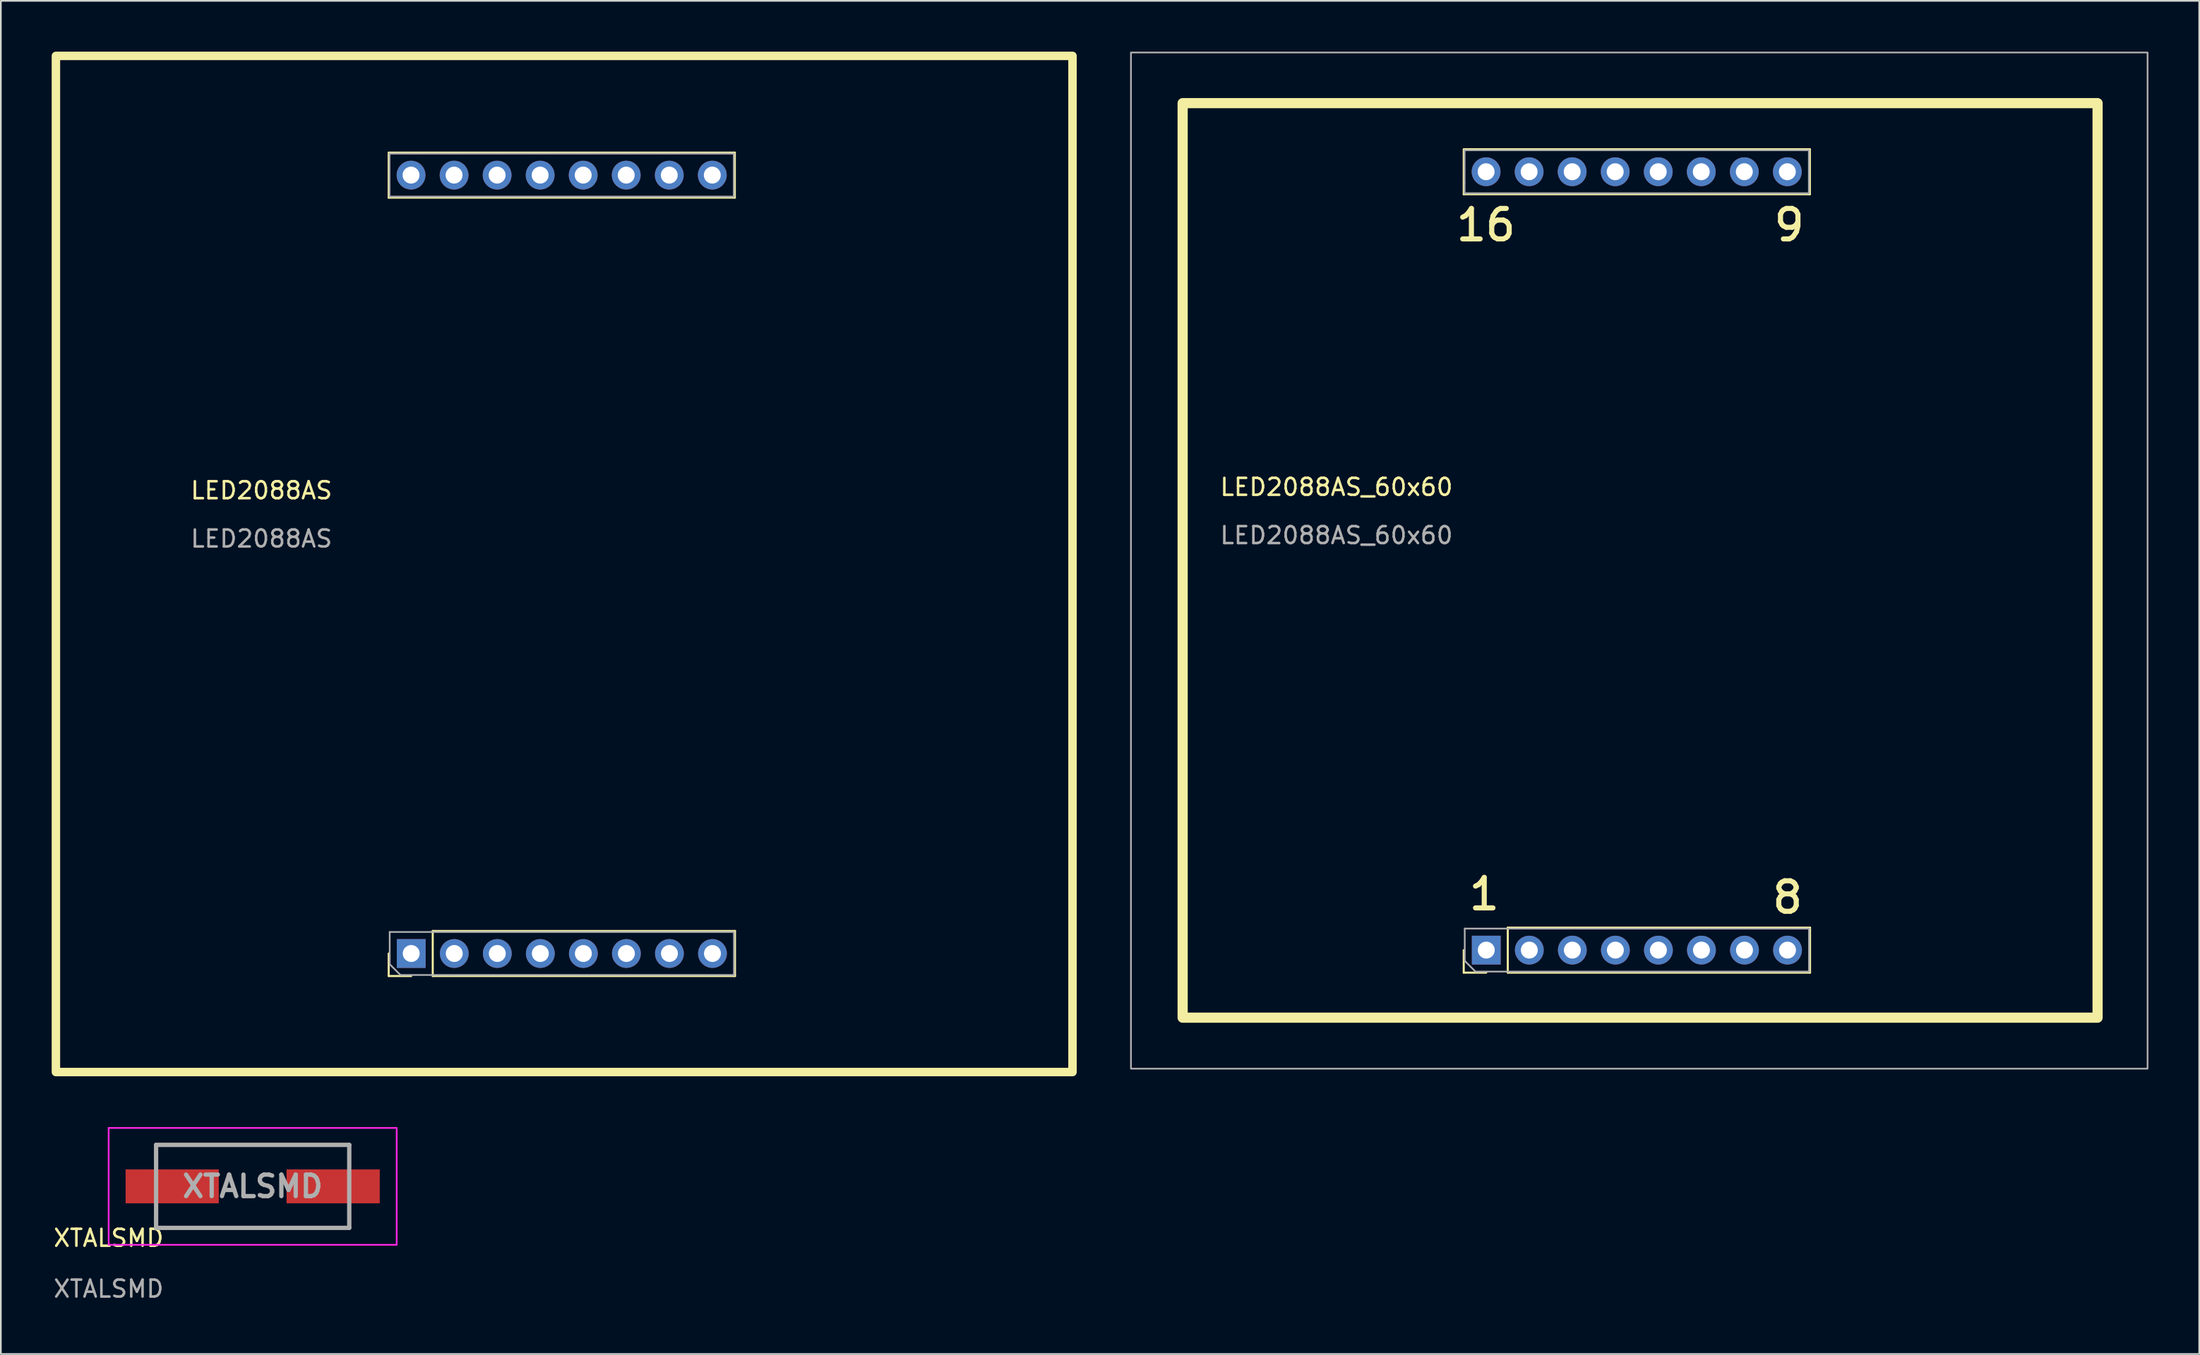
<source format=kicad_pcb>
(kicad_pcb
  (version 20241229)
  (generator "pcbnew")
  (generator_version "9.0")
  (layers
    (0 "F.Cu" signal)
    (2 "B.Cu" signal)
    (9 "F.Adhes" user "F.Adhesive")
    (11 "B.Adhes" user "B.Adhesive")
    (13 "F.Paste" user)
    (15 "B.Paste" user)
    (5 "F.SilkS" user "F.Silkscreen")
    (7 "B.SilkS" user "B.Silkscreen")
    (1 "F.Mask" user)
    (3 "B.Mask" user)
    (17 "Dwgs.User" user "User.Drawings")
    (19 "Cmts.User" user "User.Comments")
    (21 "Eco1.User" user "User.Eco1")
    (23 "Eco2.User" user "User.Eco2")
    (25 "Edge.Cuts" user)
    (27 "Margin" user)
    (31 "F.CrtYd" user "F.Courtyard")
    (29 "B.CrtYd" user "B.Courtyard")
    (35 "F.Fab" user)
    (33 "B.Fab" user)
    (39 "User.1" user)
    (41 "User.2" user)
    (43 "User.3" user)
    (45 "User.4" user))
  (footprint "LED2088AS"
    (layer "F.Cu")
    (at 0.3 60.24)
    (property "Reference" "LED2088AS" (at 12.08 -34.33 0) (unlocked yes) (layer "F.SilkS") (effects (font (size 1 1) (thickness 0.15))))
    (attr through_hole)
    (fp_line (start 19.59 -51.62) (end 19.59 -54.28) (stroke (width 0.12) (type solid)) (layer "F.SilkS"))
    (fp_line (start 19.59 -51.62) (end 40.02 -51.62) (stroke (width 0.12) (type solid)) (layer "F.SilkS"))
    (fp_line (start 19.59 -5.66) (end 19.59 -6.99) (stroke (width 0.12) (type solid)) (layer "F.SilkS"))
    (fp_line (start 19.62 -54.28) (end 40.02 -54.28) (stroke (width 0.12) (type solid)) (layer "F.SilkS"))
    (fp_line (start 20.92 -5.66) (end 19.59 -5.66) (stroke (width 0.12) (type solid)) (layer "F.SilkS"))
    (fp_line (start 22.19 -8.32) (end 40.03 -8.32) (stroke (width 0.12) (type solid)) (layer "F.SilkS"))
    (fp_line (start 22.19 -5.66) (end 22.19 -8.32) (stroke (width 0.12) (type solid)) (layer "F.SilkS"))
    (fp_line (start 22.19 -5.66) (end 40.03 -5.66) (stroke (width 0.12) (type solid)) (layer "F.SilkS"))
    (fp_line (start 40.02 -51.62) (end 40.02 -54.28) (stroke (width 0.12) (type solid)) (layer "F.SilkS"))
    (fp_line (start 40.03 -5.66) (end 40.03 -8.32) (stroke (width 0.12) (type solid)) (layer "F.SilkS"))
    (fp_rect (start -0.05 0.01) (end 59.95 -59.99) (stroke (width 0.5) (type solid)) (fill no) (layer "F.SilkS"))
    (fp_line (start 19.64 -54.22) (end 39.96 -54.22) (stroke (width 0.1) (type solid)) (layer "F.Fab"))
    (fp_line (start 19.64 -52.315) (end 19.64 -54.22) (stroke (width 0.1) (type solid)) (layer "F.Fab"))
    (fp_line (start 19.64 -51.7) (end 19.64 -52.315) (stroke (width 0.1) (type solid)) (layer "F.Fab"))
    (fp_line (start 19.65 -8.26) (end 39.97 -8.26) (stroke (width 0.1) (type solid)) (layer "F.Fab"))
    (fp_line (start 19.65 -6.355) (end 19.65 -8.26) (stroke (width 0.1) (type solid)) (layer "F.Fab"))
    (fp_line (start 20.285 -5.72) (end 19.65 -6.355) (stroke (width 0.1) (type solid)) (layer "F.Fab"))
    (fp_line (start 39.96 -54.22) (end 39.96 -51.68) (stroke (width 0.1) (type solid)) (layer "F.Fab"))
    (fp_line (start 39.96 -51.68) (end 19.64 -51.68) (stroke (width 0.1) (type solid)) (layer "F.Fab"))
    (fp_line (start 39.97 -8.26) (end 39.97 -5.72) (stroke (width 0.1) (type solid)) (layer "F.Fab"))
    (fp_line (start 39.97 -5.72) (end 20.285 -5.72) (stroke (width 0.1) (type solid)) (layer "F.Fab"))
    (fp_text user "${REFERENCE}" (at 12.08 -31.48 0) (unlocked yes) (layer "F.Fab") (effects (font (size 1 1) (thickness 0.15))))
    (pad "1" thru_hole rect (at 20.92 -6.99 90) (size 1.7 1.7) (drill 1) (layers "*.Cu" "*.Mask"))
    (pad "2" thru_hole oval (at 23.46 -6.99 90) (size 1.7 1.7) (drill 1) (layers "*.Cu" "*.Mask"))
    (pad "3" thru_hole oval (at 26 -6.99 90) (size 1.7 1.7) (drill 1) (layers "*.Cu" "*.Mask"))
    (pad "4" thru_hole oval (at 28.54 -6.99 90) (size 1.7 1.7) (drill 1) (layers "*.Cu" "*.Mask"))
    (pad "5" thru_hole oval (at 31.08 -6.99 90) (size 1.7 1.7) (drill 1) (layers "*.Cu" "*.Mask"))
    (pad "6" thru_hole oval (at 33.62 -6.99 90) (size 1.7 1.7) (drill 1) (layers "*.Cu" "*.Mask"))
    (pad "7" thru_hole oval (at 36.16 -6.99 90) (size 1.7 1.7) (drill 1) (layers "*.Cu" "*.Mask"))
    (pad "8" thru_hole oval (at 38.7 -6.99 90) (size 1.7 1.7) (drill 1) (layers "*.Cu" "*.Mask"))
    (pad "9" thru_hole oval (at 38.69 -52.95 90) (size 1.7 1.7) (drill 1) (layers "*.Cu" "*.Mask"))
    (pad "10" thru_hole oval (at 36.15 -52.95 90) (size 1.7 1.7) (drill 1) (layers "*.Cu" "*.Mask"))
    (pad "11" thru_hole oval (at 33.61 -52.95 90) (size 1.7 1.7) (drill 1) (layers "*.Cu" "*.Mask"))
    (pad "12" thru_hole oval (at 31.07 -52.95 90) (size 1.7 1.7) (drill 1) (layers "*.Cu" "*.Mask"))
    (pad "13" thru_hole oval (at 28.53 -52.95 90) (size 1.7 1.7) (drill 1) (layers "*.Cu" "*.Mask"))
    (pad "14" thru_hole oval (at 25.99 -52.95 90) (size 1.7 1.7) (drill 1) (layers "*.Cu" "*.Mask"))
    (pad "15" thru_hole oval (at 23.45 -52.95 90) (size 1.7 1.7) (drill 1) (layers "*.Cu" "*.Mask"))
    (pad "16" thru_hole oval (at 20.91 -52.95 90) (size 1.7 1.7) (drill 1) (layers "*.Cu" "*.Mask")))
  (footprint "LED2088AS_60x60"
    (layer "F.Cu")
    (at 63.75 60.04)
    (property "Reference" "LED2088AS_60x60" (at 12.08 -34.33 0) (unlocked yes) (layer "F.SilkS") (effects (font (size 1 1) (thickness 0.15))))
    (attr through_hole)
    (fp_line (start 19.59 -51.62) (end 19.59 -54.28) (stroke (width 0.12) (type solid)) (layer "F.SilkS"))
    (fp_line (start 19.59 -51.62) (end 40.02 -51.62) (stroke (width 0.12) (type solid)) (layer "F.SilkS"))
    (fp_line (start 19.59 -5.66) (end 19.59 -6.99) (stroke (width 0.12) (type solid)) (layer "F.SilkS"))
    (fp_line (start 19.62 -54.28) (end 40.02 -54.28) (stroke (width 0.12) (type solid)) (layer "F.SilkS"))
    (fp_line (start 20.92 -5.66) (end 19.59 -5.66) (stroke (width 0.12) (type solid)) (layer "F.SilkS"))
    (fp_line (start 22.19 -8.32) (end 40.03 -8.32) (stroke (width 0.12) (type solid)) (layer "F.SilkS"))
    (fp_line (start 22.19 -5.66) (end 22.19 -8.32) (stroke (width 0.12) (type solid)) (layer "F.SilkS"))
    (fp_line (start 22.19 -5.66) (end 40.03 -5.66) (stroke (width 0.12) (type solid)) (layer "F.SilkS"))
    (fp_line (start 40.02 -51.62) (end 40.02 -54.28) (stroke (width 0.12) (type solid)) (layer "F.SilkS"))
    (fp_line (start 40.03 -5.66) (end 40.03 -8.32) (stroke (width 0.12) (type solid)) (layer "F.SilkS"))
    (fp_rect (start 3 -3) (end 57 -57) (stroke (width 0.6) (type solid)) (fill no) (layer "F.SilkS"))
    (fp_line (start 19.64 -54.22) (end 39.96 -54.22) (stroke (width 0.1) (type solid)) (layer "F.Fab"))
    (fp_line (start 19.64 -52.315) (end 19.64 -54.22) (stroke (width 0.1) (type solid)) (layer "F.Fab"))
    (fp_line (start 19.64 -51.7) (end 19.64 -52.315) (stroke (width 0.1) (type solid)) (layer "F.Fab"))
    (fp_line (start 19.65 -8.26) (end 39.97 -8.26) (stroke (width 0.1) (type solid)) (layer "F.Fab"))
    (fp_line (start 19.65 -6.355) (end 19.65 -8.26) (stroke (width 0.1) (type solid)) (layer "F.Fab"))
    (fp_line (start 20.285 -5.72) (end 19.65 -6.355) (stroke (width 0.1) (type solid)) (layer "F.Fab"))
    (fp_line (start 39.96 -54.22) (end 39.96 -51.68) (stroke (width 0.1) (type solid)) (layer "F.Fab"))
    (fp_line (start 39.96 -51.68) (end 19.64 -51.68) (stroke (width 0.1) (type solid)) (layer "F.Fab"))
    (fp_line (start 39.97 -8.26) (end 39.97 -5.72) (stroke (width 0.1) (type solid)) (layer "F.Fab"))
    (fp_line (start 39.97 -5.72) (end 20.285 -5.72) (stroke (width 0.1) (type solid)) (layer "F.Fab"))
    (fp_rect (start -0.05 0.01) (end 59.95 -59.99) (stroke (width 0.1) (type solid)) (fill no) (layer "F.Fab"))
    (fp_text user "1" (at 20.8 -10.3 0) (unlocked yes) (layer "F.SilkS") (effects (font (size 1.8 1.8) (thickness 0.3))))
    (fp_text user "16" (at 20.9 -49.8 0) (unlocked yes) (layer "F.SilkS") (effects (font (size 1.8 1.8) (thickness 0.3))))
    (fp_text user "9" (at 38.8 -49.8 0) (unlocked yes) (layer "F.SilkS") (effects (font (size 1.8 1.8) (thickness 0.3))))
    (fp_text user "8" (at 38.7 -10.1 0) (unlocked yes) (layer "F.SilkS") (effects (font (size 1.8 1.8) (thickness 0.3))))
    (fp_text user "${REFERENCE}" (at 12.08 -31.48 0) (unlocked yes) (layer "F.Fab") (effects (font (size 1 1) (thickness 0.15))))
    (pad "1" thru_hole rect (at 20.92 -6.99 90) (size 1.7 1.7) (drill 1) (layers "*.Cu" "*.Mask"))
    (pad "2" thru_hole oval (at 23.46 -6.99 90) (size 1.7 1.7) (drill 1) (layers "*.Cu" "*.Mask"))
    (pad "3" thru_hole oval (at 26 -6.99 90) (size 1.7 1.7) (drill 1) (layers "*.Cu" "*.Mask"))
    (pad "4" thru_hole oval (at 28.54 -6.99 90) (size 1.7 1.7) (drill 1) (layers "*.Cu" "*.Mask"))
    (pad "5" thru_hole oval (at 31.08 -6.99 90) (size 1.7 1.7) (drill 1) (layers "*.Cu" "*.Mask"))
    (pad "6" thru_hole oval (at 33.62 -6.99 90) (size 1.7 1.7) (drill 1) (layers "*.Cu" "*.Mask"))
    (pad "7" thru_hole oval (at 36.16 -6.99 90) (size 1.7 1.7) (drill 1) (layers "*.Cu" "*.Mask"))
    (pad "8" thru_hole oval (at 38.7 -6.99 90) (size 1.7 1.7) (drill 1) (layers "*.Cu" "*.Mask"))
    (pad "9" thru_hole oval (at 38.69 -52.95 90) (size 1.7 1.7) (drill 1) (layers "*.Cu" "*.Mask"))
    (pad "10" thru_hole oval (at 36.15 -52.95 90) (size 1.7 1.7) (drill 1) (layers "*.Cu" "*.Mask"))
    (pad "11" thru_hole oval (at 33.61 -52.95 90) (size 1.7 1.7) (drill 1) (layers "*.Cu" "*.Mask"))
    (pad "12" thru_hole oval (at 31.07 -52.95 90) (size 1.7 1.7) (drill 1) (layers "*.Cu" "*.Mask"))
    (pad "13" thru_hole oval (at 28.53 -52.95 90) (size 1.7 1.7) (drill 1) (layers "*.Cu" "*.Mask"))
    (pad "14" thru_hole oval (at 25.99 -52.95 90) (size 1.7 1.7) (drill 1) (layers "*.Cu" "*.Mask"))
    (pad "15" thru_hole oval (at 23.45 -52.95 90) (size 1.7 1.7) (drill 1) (layers "*.Cu" "*.Mask"))
    (pad "16" thru_hole oval (at 20.91 -52.95 90) (size 1.7 1.7) (drill 1) (layers "*.Cu" "*.Mask")))
  (footprint "XTALSMD"
    (layer "F.Cu")
    (at 3.363 70.55)
    (property "Reference" "XTALSMD" (at 0 -0.5 0) (unlocked yes) (layer "F.SilkS") (effects (font (size 1 1) (thickness 0.15))))
    (attr smd)
    (fp_line (start 2.8 -6) (end 14.2 -6) (stroke (width 0.2) (type solid)) (layer "F.SilkS"))
    (fp_line (start 2.8 -5.05) (end 2.8 -6) (stroke (width 0.2) (type solid)) (layer "F.SilkS"))
    (fp_line (start 2.8 -2.05) (end 2.8 -1.1) (stroke (width 0.2) (type solid)) (layer "F.SilkS"))
    (fp_line (start 2.8 -1.1) (end 14.2 -1.1) (stroke (width 0.2) (type solid)) (layer "F.SilkS"))
    (fp_line (start 14.2 -6) (end 14.2 -5.05) (stroke (width 0.2) (type solid)) (layer "F.SilkS"))
    (fp_line (start 14.2 -1.1) (end 14.2 -2.05) (stroke (width 0.2) (type solid)) (layer "F.SilkS"))
    (fp_line (start 0 -7) (end 17 -7) (stroke (width 0.1) (type solid)) (layer "F.CrtYd"))
    (fp_line (start 0 -0.1) (end 0 -7) (stroke (width 0.1) (type solid)) (layer "F.CrtYd"))
    (fp_line (start 17 -7) (end 17 -0.1) (stroke (width 0.1) (type solid)) (layer "F.CrtYd"))
    (fp_line (start 17 -0.1) (end 0 -0.1) (stroke (width 0.1) (type solid)) (layer "F.CrtYd"))
    (fp_line (start 2.8 -6) (end 14.2 -6) (stroke (width 0.254) (type solid)) (layer "F.Fab"))
    (fp_line (start 2.8 -1.1) (end 2.8 -6) (stroke (width 0.254) (type solid)) (layer "F.Fab"))
    (fp_line (start 14.2 -6) (end 14.2 -1.1) (stroke (width 0.254) (type solid)) (layer "F.Fab"))
    (fp_line (start 14.2 -1.1) (end 2.8 -1.1) (stroke (width 0.254) (type solid)) (layer "F.Fab"))
    (fp_text user "${REFERENCE}" (at 8.5 -3.55 0) (layer "F.Fab") (effects (font (size 1.27 1.27) (thickness 0.254))))
    (fp_text user "${REFERENCE}" (at 0 2.5 0) (unlocked yes) (layer "F.Fab") (effects (font (size 1 1) (thickness 0.15))))
    (pad "1" smd rect (at 3.75 -3.55 90) (size 2 5.5) (layers "F.Cu" "F.Mask" "F.Paste"))
    (pad "2" smd rect (at 13.25 -3.55 90) (size 2 5.5) (layers "F.Cu" "F.Mask" "F.Paste")))
  (gr_rect
    (start -3 -3)
    (end 126.75 76.898)
    (stroke (width 0.1) (type default))
    (fill no)
    (layer "Edge.Cuts")))
</source>
